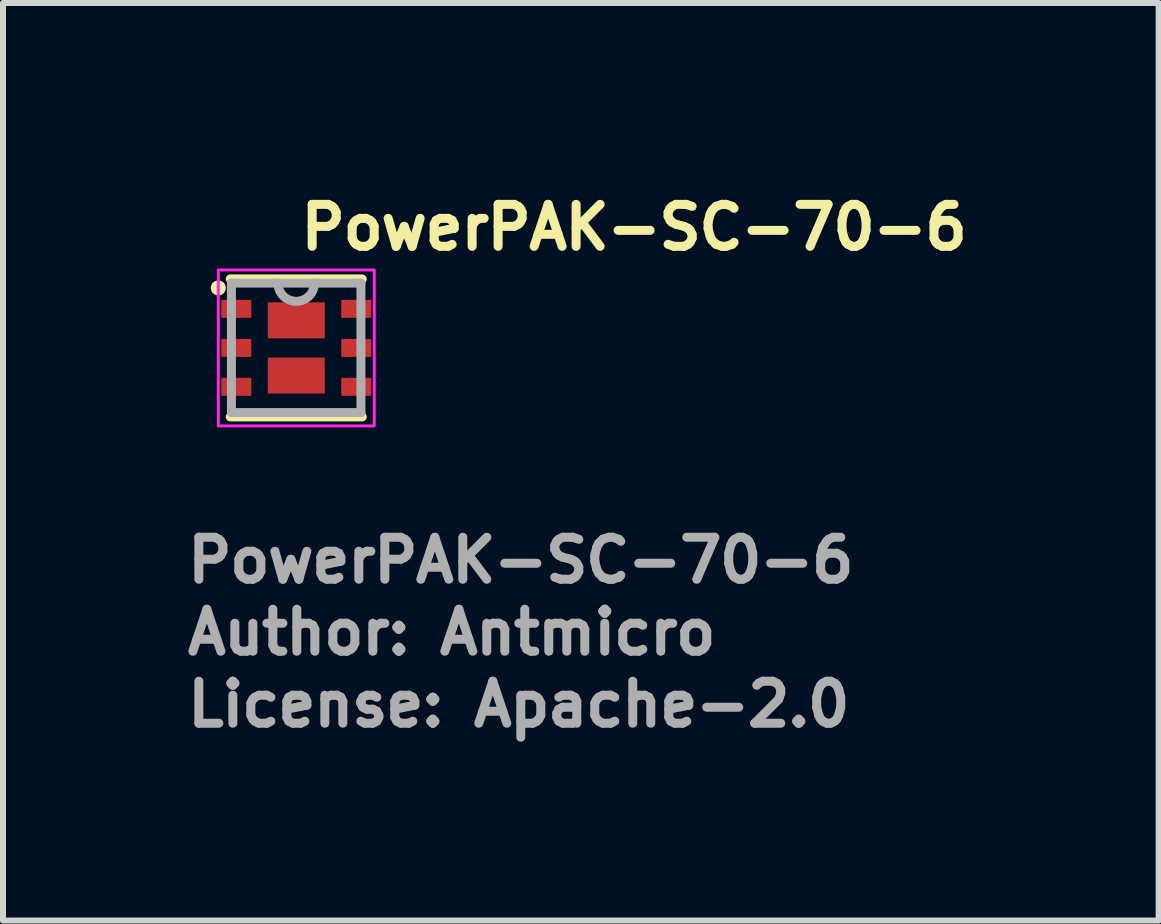
<source format=kicad_pcb>
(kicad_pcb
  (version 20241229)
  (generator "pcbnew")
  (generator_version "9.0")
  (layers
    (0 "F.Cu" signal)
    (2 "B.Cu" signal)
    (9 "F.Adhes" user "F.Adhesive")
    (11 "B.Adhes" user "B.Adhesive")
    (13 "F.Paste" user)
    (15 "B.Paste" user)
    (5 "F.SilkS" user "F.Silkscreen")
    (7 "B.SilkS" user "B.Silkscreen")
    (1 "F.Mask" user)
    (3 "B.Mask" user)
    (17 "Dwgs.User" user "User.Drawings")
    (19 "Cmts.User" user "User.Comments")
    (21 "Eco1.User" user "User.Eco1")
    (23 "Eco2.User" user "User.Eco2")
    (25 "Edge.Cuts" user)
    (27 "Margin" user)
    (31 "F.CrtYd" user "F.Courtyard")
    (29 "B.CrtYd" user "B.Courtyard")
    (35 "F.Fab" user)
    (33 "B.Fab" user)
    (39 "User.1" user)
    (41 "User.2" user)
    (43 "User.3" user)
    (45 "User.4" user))
  (footprint "PowerPAK-SC-70-6"
    (layer "F.Cu")
    (at 1.889 2.75)
    (property "Reference" "PowerPAK-SC-70-6" (at 0 -1.6 0) (layer "F.SilkS") (effects (font (size 0.7 0.7) (thickness 0.15)) (justify left bottom)))
    (attr smd)
    (fp_line (start -1.1 1.15) (end 1.1 1.15) (stroke (width 0.15) (type solid)) (layer "F.SilkS"))
    (fp_line (start 1.1 -1.15) (end -1.1 -1.15) (stroke (width 0.15) (type solid)) (layer "F.SilkS"))
    (fp_circle (center -1.3 -1) (end -1.25 -1) (stroke (width 0.15) (type solid)) (fill yes) (layer "F.SilkS"))
    (fp_rect (start -1.3 -1.3) (end 1.3 1.3) (stroke (width 0.05) (type solid)) (fill no) (layer "F.CrtYd"))
    (fp_line (start -1.081 -1.081) (end -1.081 1.078) (stroke (width 0.15) (type solid)) (layer "F.Fab"))
    (fp_line (start -1.081 1.078) (end 1.078 1.078) (stroke (width 0.15) (type solid)) (layer "F.Fab"))
    (fp_line (start 1.078 -1.081) (end -1.081 -1.081) (stroke (width 0.15) (type solid)) (layer "F.Fab"))
    (fp_line (start 1.078 1.078) (end 1.078 -1.081) (stroke (width 0.15) (type solid)) (layer "F.Fab"))
    (fp_arc (start 0.303 -1.081) (mid 0 -0.776) (end -0.305 -1.081) (stroke (width 0.15) (type solid)) (layer "F.Fab"))
    (fp_rect (start 1.034 1) (end -1.034 -1.049) (stroke (width 0.1) (type solid)) (fill no) (layer "User.5"))
    (fp_line (start -1.034 -0.834) (end -1.034 -0.514) (stroke (width 0.02) (type solid)) (layer "User.9"))
    (fp_line (start -1.034 -0.514) (end -1.024 -0.514) (stroke (width 0.02) (type solid)) (layer "User.9"))
    (fp_line (start -1.034 -0.183) (end -1.034 0.135) (stroke (width 0.02) (type solid)) (layer "User.9"))
    (fp_line (start -1.034 0.135) (end -1.024 0.135) (stroke (width 0.02) (type solid)) (layer "User.9"))
    (fp_line (start -1.034 0.466) (end -1.034 0.786) (stroke (width 0.02) (type solid)) (layer "User.9"))
    (fp_line (start -1.034 0.786) (end -1.024 0.786) (stroke (width 0.02) (type solid)) (layer "User.9"))
    (fp_line (start -1.024 -1.049) (end -1.024 1) (stroke (width 0.02) (type solid)) (layer "User.9"))
    (fp_line (start -1.024 -0.834) (end -1.034 -0.834) (stroke (width 0.02) (type solid)) (layer "User.9"))
    (fp_line (start -1.024 -0.183) (end -1.034 -0.183) (stroke (width 0.02) (type solid)) (layer "User.9"))
    (fp_line (start -1.024 0.466) (end -1.034 0.466) (stroke (width 0.02) (type solid)) (layer "User.9"))
    (fp_line (start -1.024 1) (end 1.024 1) (stroke (width 0.02) (type solid)) (layer "User.9"))
    (fp_line (start -0.826 -0.74) (end -0.826 -0.74) (stroke (width 0.02) (type solid)) (layer "User.9"))
    (fp_line (start -0.826 -0.74) (end -0.826 -0.74) (stroke (width 0.02) (type solid)) (layer "User.9"))
    (fp_line (start -0.826 -0.74) (end -0.825 -0.735) (stroke (width 0.02) (type solid)) (layer "User.9"))
    (fp_line (start -0.825 -0.751) (end -0.825 -0.745) (stroke (width 0.02) (type solid)) (layer "User.9"))
    (fp_line (start -0.825 -0.745) (end -0.826 -0.74) (stroke (width 0.02) (type solid)) (layer "User.9"))
    (fp_line (start -0.825 -0.735) (end -0.825 -0.729) (stroke (width 0.02) (type solid)) (layer "User.9"))
    (fp_line (start -0.825 -0.729) (end -0.824 -0.725) (stroke (width 0.02) (type solid)) (layer "User.9"))
    (fp_line (start -0.824 -0.756) (end -0.825 -0.751) (stroke (width 0.02) (type solid)) (layer "User.9"))
    (fp_line (start -0.824 -0.725) (end -0.823 -0.72) (stroke (width 0.02) (type solid)) (layer "User.9"))
    (fp_line (start -0.823 -0.761) (end -0.824 -0.756) (stroke (width 0.02) (type solid)) (layer "User.9"))
    (fp_line (start -0.823 -0.72) (end -0.822 -0.715) (stroke (width 0.02) (type solid)) (layer "User.9"))
    (fp_line (start -0.822 -0.766) (end -0.823 -0.761) (stroke (width 0.02) (type solid)) (layer "User.9"))
    (fp_line (start -0.822 -0.715) (end -0.821 -0.71) (stroke (width 0.02) (type solid)) (layer "User.9"))
    (fp_line (start -0.821 -0.771) (end -0.822 -0.766) (stroke (width 0.02) (type solid)) (layer "User.9"))
    (fp_line (start -0.821 -0.71) (end -0.819 -0.705) (stroke (width 0.02) (type solid)) (layer "User.9"))
    (fp_line (start -0.819 -0.776) (end -0.821 -0.771) (stroke (width 0.02) (type solid)) (layer "User.9"))
    (fp_line (start -0.819 -0.705) (end -0.817 -0.701) (stroke (width 0.02) (type solid)) (layer "User.9"))
    (fp_line (start -0.817 -0.78) (end -0.819 -0.776) (stroke (width 0.02) (type solid)) (layer "User.9"))
    (fp_line (start -0.817 -0.701) (end -0.815 -0.696) (stroke (width 0.02) (type solid)) (layer "User.9"))
    (fp_line (start -0.815 -0.785) (end -0.817 -0.78) (stroke (width 0.02) (type solid)) (layer "User.9"))
    (fp_line (start -0.815 -0.696) (end -0.812 -0.692) (stroke (width 0.02) (type solid)) (layer "User.9"))
    (fp_line (start -0.812 -0.789) (end -0.815 -0.785) (stroke (width 0.02) (type solid)) (layer "User.9"))
    (fp_line (start -0.812 -0.692) (end -0.81 -0.687) (stroke (width 0.02) (type solid)) (layer "User.9"))
    (fp_line (start -0.81 -0.795) (end -0.812 -0.789) (stroke (width 0.02) (type solid)) (layer "User.9"))
    (fp_line (start -0.81 -0.687) (end -0.807 -0.683) (stroke (width 0.02) (type solid)) (layer "User.9"))
    (fp_line (start -0.807 -0.799) (end -0.81 -0.795) (stroke (width 0.02) (type solid)) (layer "User.9"))
    (fp_line (start -0.807 -0.683) (end -0.804 -0.679) (stroke (width 0.02) (type solid)) (layer "User.9"))
    (fp_line (start -0.804 -0.803) (end -0.807 -0.799) (stroke (width 0.02) (type solid)) (layer "User.9"))
    (fp_line (start -0.804 -0.679) (end -0.801 -0.675) (stroke (width 0.02) (type solid)) (layer "User.9"))
    (fp_line (start -0.801 -0.807) (end -0.804 -0.803) (stroke (width 0.02) (type solid)) (layer "User.9"))
    (fp_line (start -0.801 -0.675) (end -0.798 -0.671) (stroke (width 0.02) (type solid)) (layer "User.9"))
    (fp_line (start -0.798 -0.811) (end -0.801 -0.807) (stroke (width 0.02) (type solid)) (layer "User.9"))
    (fp_line (start -0.798 -0.671) (end -0.794 -0.668) (stroke (width 0.02) (type solid)) (layer "User.9"))
    (fp_line (start -0.794 -0.814) (end -0.798 -0.811) (stroke (width 0.02) (type solid)) (layer "User.9"))
    (fp_line (start -0.794 -0.668) (end -0.791 -0.663) (stroke (width 0.02) (type solid)) (layer "User.9"))
    (fp_line (start -0.791 -0.818) (end -0.794 -0.814) (stroke (width 0.02) (type solid)) (layer "User.9"))
    (fp_line (start -0.791 -0.663) (end -0.787 -0.66) (stroke (width 0.02) (type solid)) (layer "User.9"))
    (fp_line (start -0.787 -0.821) (end -0.791 -0.818) (stroke (width 0.02) (type solid)) (layer "User.9"))
    (fp_line (start -0.787 -0.66) (end -0.783 -0.657) (stroke (width 0.02) (type solid)) (layer "User.9"))
    (fp_line (start -0.783 -0.824) (end -0.787 -0.821) (stroke (width 0.02) (type solid)) (layer "User.9"))
    (fp_line (start -0.783 -0.657) (end -0.779 -0.654) (stroke (width 0.02) (type solid)) (layer "User.9"))
    (fp_line (start -0.779 -0.827) (end -0.783 -0.824) (stroke (width 0.02) (type solid)) (layer "User.9"))
    (fp_line (start -0.779 -0.654) (end -0.775 -0.652) (stroke (width 0.02) (type solid)) (layer "User.9"))
    (fp_line (start -0.775 -0.83) (end -0.779 -0.827) (stroke (width 0.02) (type solid)) (layer "User.9"))
    (fp_line (start -0.775 -0.652) (end -0.77 -0.649) (stroke (width 0.02) (type solid)) (layer "User.9"))
    (fp_line (start -0.77 -0.832) (end -0.775 -0.83) (stroke (width 0.02) (type solid)) (layer "User.9"))
    (fp_line (start -0.77 -0.649) (end -0.765 -0.647) (stroke (width 0.02) (type solid)) (layer "User.9"))
    (fp_line (start -0.765 -0.834) (end -0.77 -0.832) (stroke (width 0.02) (type solid)) (layer "User.9"))
    (fp_line (start -0.765 -0.647) (end -0.76 -0.645) (stroke (width 0.02) (type solid)) (layer "User.9"))
    (fp_line (start -0.76 -0.836) (end -0.765 -0.834) (stroke (width 0.02) (type solid)) (layer "User.9"))
    (fp_line (start -0.76 -0.645) (end -0.756 -0.643) (stroke (width 0.02) (type solid)) (layer "User.9"))
    (fp_line (start -0.756 -0.838) (end -0.76 -0.836) (stroke (width 0.02) (type solid)) (layer "User.9"))
    (fp_line (start -0.756 -0.643) (end -0.751 -0.641) (stroke (width 0.02) (type solid)) (layer "User.9"))
    (fp_line (start -0.751 -0.84) (end -0.756 -0.838) (stroke (width 0.02) (type solid)) (layer "User.9"))
    (fp_line (start -0.751 -0.641) (end -0.747 -0.64) (stroke (width 0.02) (type solid)) (layer "User.9"))
    (fp_line (start -0.747 -0.841) (end -0.751 -0.84) (stroke (width 0.02) (type solid)) (layer "User.9"))
    (fp_line (start -0.747 -0.64) (end -0.742 -0.639) (stroke (width 0.02) (type solid)) (layer "User.9"))
    (fp_line (start -0.742 -0.842) (end -0.747 -0.841) (stroke (width 0.02) (type solid)) (layer "User.9"))
    (fp_line (start -0.742 -0.639) (end -0.737 -0.638) (stroke (width 0.02) (type solid)) (layer "User.9"))
    (fp_line (start -0.737 -0.843) (end -0.742 -0.842) (stroke (width 0.02) (type solid)) (layer "User.9"))
    (fp_line (start -0.737 -0.638) (end -0.732 -0.637) (stroke (width 0.02) (type solid)) (layer "User.9"))
    (fp_line (start -0.732 -0.844) (end -0.737 -0.843) (stroke (width 0.02) (type solid)) (layer "User.9"))
    (fp_line (start -0.732 -0.637) (end -0.726 -0.637) (stroke (width 0.02) (type solid)) (layer "User.9"))
    (fp_line (start -0.726 -0.844) (end -0.732 -0.844) (stroke (width 0.02) (type solid)) (layer "User.9"))
    (fp_line (start -0.726 -0.637) (end -0.721 -0.637) (stroke (width 0.02) (type solid)) (layer "User.9"))
    (fp_line (start -0.721 -0.845) (end -0.726 -0.844) (stroke (width 0.02) (type solid)) (layer "User.9"))
    (fp_line (start -0.721 -0.845) (end -0.721 -0.845) (stroke (width 0.02) (type solid)) (layer "User.9"))
    (fp_line (start -0.721 -0.637) (end -0.721 -0.637) (stroke (width 0.02) (type solid)) (layer "User.9"))
    (fp_line (start -0.721 -0.637) (end -0.716 -0.637) (stroke (width 0.02) (type solid)) (layer "User.9"))
    (fp_line (start -0.716 -0.844) (end -0.721 -0.845) (stroke (width 0.02) (type solid)) (layer "User.9"))
    (fp_line (start -0.716 -0.637) (end -0.71 -0.637) (stroke (width 0.02) (type solid)) (layer "User.9"))
    (fp_line (start -0.71 -0.844) (end -0.716 -0.844) (stroke (width 0.02) (type solid)) (layer "User.9"))
    (fp_line (start -0.71 -0.637) (end -0.705 -0.638) (stroke (width 0.02) (type solid)) (layer "User.9"))
    (fp_line (start -0.705 -0.843) (end -0.71 -0.844) (stroke (width 0.02) (type solid)) (layer "User.9"))
    (fp_line (start -0.705 -0.638) (end -0.701 -0.639) (stroke (width 0.02) (type solid)) (layer "User.9"))
    (fp_line (start -0.701 -0.842) (end -0.705 -0.843) (stroke (width 0.02) (type solid)) (layer "User.9"))
    (fp_line (start -0.701 -0.639) (end -0.696 -0.64) (stroke (width 0.02) (type solid)) (layer "User.9"))
    (fp_line (start -0.696 -0.841) (end -0.701 -0.842) (stroke (width 0.02) (type solid)) (layer "User.9"))
    (fp_line (start -0.696 -0.64) (end -0.691 -0.641) (stroke (width 0.02) (type solid)) (layer "User.9"))
    (fp_line (start -0.691 -0.84) (end -0.696 -0.841) (stroke (width 0.02) (type solid)) (layer "User.9"))
    (fp_line (start -0.691 -0.641) (end -0.685 -0.643) (stroke (width 0.02) (type solid)) (layer "User.9"))
    (fp_line (start -0.685 -0.838) (end -0.691 -0.84) (stroke (width 0.02) (type solid)) (layer "User.9"))
    (fp_line (start -0.685 -0.643) (end -0.681 -0.645) (stroke (width 0.02) (type solid)) (layer "User.9"))
    (fp_line (start -0.681 -0.836) (end -0.685 -0.838) (stroke (width 0.02) (type solid)) (layer "User.9"))
    (fp_line (start -0.681 -0.645) (end -0.676 -0.647) (stroke (width 0.02) (type solid)) (layer "User.9"))
    (fp_line (start -0.676 -0.834) (end -0.681 -0.836) (stroke (width 0.02) (type solid)) (layer "User.9"))
    (fp_line (start -0.676 -0.647) (end -0.672 -0.649) (stroke (width 0.02) (type solid)) (layer "User.9"))
    (fp_line (start -0.672 -0.832) (end -0.676 -0.834) (stroke (width 0.02) (type solid)) (layer "User.9"))
    (fp_line (start -0.672 -0.649) (end -0.667 -0.652) (stroke (width 0.02) (type solid)) (layer "User.9"))
    (fp_line (start -0.667 -0.83) (end -0.672 -0.832) (stroke (width 0.02) (type solid)) (layer "User.9"))
    (fp_line (start -0.667 -0.652) (end -0.663 -0.654) (stroke (width 0.02) (type solid)) (layer "User.9"))
    (fp_line (start -0.663 -0.827) (end -0.667 -0.83) (stroke (width 0.02) (type solid)) (layer "User.9"))
    (fp_line (start -0.663 -0.654) (end -0.659 -0.657) (stroke (width 0.02) (type solid)) (layer "User.9"))
    (fp_line (start -0.659 -0.824) (end -0.663 -0.827) (stroke (width 0.02) (type solid)) (layer "User.9"))
    (fp_line (start -0.659 -0.657) (end -0.655 -0.66) (stroke (width 0.02) (type solid)) (layer "User.9"))
    (fp_line (start -0.655 -0.821) (end -0.659 -0.824) (stroke (width 0.02) (type solid)) (layer "User.9"))
    (fp_line (start -0.655 -0.66) (end -0.651 -0.663) (stroke (width 0.02) (type solid)) (layer "User.9"))
    (fp_line (start -0.651 -0.818) (end -0.655 -0.821) (stroke (width 0.02) (type solid)) (layer "User.9"))
    (fp_line (start -0.651 -0.663) (end -0.648 -0.668) (stroke (width 0.02) (type solid)) (layer "User.9"))
    (fp_line (start -0.648 -0.814) (end -0.651 -0.818) (stroke (width 0.02) (type solid)) (layer "User.9"))
    (fp_line (start -0.648 -0.668) (end -0.644 -0.671) (stroke (width 0.02) (type solid)) (layer "User.9"))
    (fp_line (start -0.644 -0.811) (end -0.648 -0.814) (stroke (width 0.02) (type solid)) (layer "User.9"))
    (fp_line (start -0.644 -0.671) (end -0.641 -0.675) (stroke (width 0.02) (type solid)) (layer "User.9"))
    (fp_line (start -0.641 -0.807) (end -0.644 -0.811) (stroke (width 0.02) (type solid)) (layer "User.9"))
    (fp_line (start -0.641 -0.675) (end -0.637 -0.679) (stroke (width 0.02) (type solid)) (layer "User.9"))
    (fp_line (start -0.637 -0.803) (end -0.641 -0.807) (stroke (width 0.02) (type solid)) (layer "User.9"))
    (fp_line (start -0.637 -0.679) (end -0.634 -0.683) (stroke (width 0.02) (type solid)) (layer "User.9"))
    (fp_line (start -0.634 -0.799) (end -0.637 -0.803) (stroke (width 0.02) (type solid)) (layer "User.9"))
    (fp_line (start -0.634 -0.683) (end -0.632 -0.687) (stroke (width 0.02) (type solid)) (layer "User.9"))
    (fp_line (start -0.632 -0.795) (end -0.634 -0.799) (stroke (width 0.02) (type solid)) (layer "User.9"))
    (fp_line (start -0.632 -0.687) (end -0.629 -0.692) (stroke (width 0.02) (type solid)) (layer "User.9"))
    (fp_line (start -0.629 -0.789) (end -0.632 -0.795) (stroke (width 0.02) (type solid)) (layer "User.9"))
    (fp_line (start -0.629 -0.692) (end -0.627 -0.696) (stroke (width 0.02) (type solid)) (layer "User.9"))
    (fp_line (start -0.627 -0.785) (end -0.629 -0.789) (stroke (width 0.02) (type solid)) (layer "User.9"))
    (fp_line (start -0.627 -0.696) (end -0.625 -0.701) (stroke (width 0.02) (type solid)) (layer "User.9"))
    (fp_line (start -0.625 -0.78) (end -0.627 -0.785) (stroke (width 0.02) (type solid)) (layer "User.9"))
    (fp_line (start -0.625 -0.701) (end -0.624 -0.705) (stroke (width 0.02) (type solid)) (layer "User.9"))
    (fp_line (start -0.624 -0.776) (end -0.625 -0.78) (stroke (width 0.02) (type solid)) (layer "User.9"))
    (fp_line (start -0.624 -0.705) (end -0.622 -0.71) (stroke (width 0.02) (type solid)) (layer "User.9"))
    (fp_line (start -0.622 -0.771) (end -0.624 -0.776) (stroke (width 0.02) (type solid)) (layer "User.9"))
    (fp_line (start -0.622 -0.71) (end -0.621 -0.715) (stroke (width 0.02) (type solid)) (layer "User.9"))
    (fp_line (start -0.621 -0.766) (end -0.622 -0.771) (stroke (width 0.02) (type solid)) (layer "User.9"))
    (fp_line (start -0.621 -0.715) (end -0.62 -0.72) (stroke (width 0.02) (type solid)) (layer "User.9"))
    (fp_line (start -0.62 -0.761) (end -0.621 -0.766) (stroke (width 0.02) (type solid)) (layer "User.9"))
    (fp_line (start -0.62 -0.72) (end -0.619 -0.725) (stroke (width 0.02) (type solid)) (layer "User.9"))
    (fp_line (start -0.619 -0.756) (end -0.62 -0.761) (stroke (width 0.02) (type solid)) (layer "User.9"))
    (fp_line (start -0.619 -0.725) (end -0.618 -0.729) (stroke (width 0.02) (type solid)) (layer "User.9"))
    (fp_line (start -0.618 -0.751) (end -0.619 -0.756) (stroke (width 0.02) (type solid)) (layer "User.9"))
    (fp_line (start -0.618 -0.745) (end -0.618 -0.751) (stroke (width 0.02) (type solid)) (layer "User.9"))
    (fp_line (start -0.618 -0.74) (end -0.618 -0.745) (stroke (width 0.02) (type solid)) (layer "User.9"))
    (fp_line (start -0.618 -0.74) (end -0.618 -0.74) (stroke (width 0.02) (type solid)) (layer "User.9"))
    (fp_line (start -0.618 -0.735) (end -0.618 -0.74) (stroke (width 0.02) (type solid)) (layer "User.9"))
    (fp_line (start -0.618 -0.729) (end -0.618 -0.735) (stroke (width 0.02) (type solid)) (layer "User.9"))
    (fp_line (start 1.024 -1.049) (end -1.024 -1.049) (stroke (width 0.02) (type solid)) (layer "User.9"))
    (fp_line (start 1.024 -0.834) (end 1.034 -0.834) (stroke (width 0.02) (type solid)) (layer "User.9"))
    (fp_line (start 1.024 -0.183) (end 1.034 -0.183) (stroke (width 0.02) (type solid)) (layer "User.9"))
    (fp_line (start 1.024 0.466) (end 1.034 0.466) (stroke (width 0.02) (type solid)) (layer "User.9"))
    (fp_line (start 1.024 1) (end 1.024 -1.049) (stroke (width 0.02) (type solid)) (layer "User.9"))
    (fp_line (start 1.034 -0.834) (end 1.034 -0.514) (stroke (width 0.02) (type solid)) (layer "User.9"))
    (fp_line (start 1.034 -0.514) (end 1.024 -0.514) (stroke (width 0.02) (type solid)) (layer "User.9"))
    (fp_line (start 1.034 -0.183) (end 1.034 0.135) (stroke (width 0.02) (type solid)) (layer "User.9"))
    (fp_line (start 1.034 0.135) (end 1.024 0.135) (stroke (width 0.02) (type solid)) (layer "User.9"))
    (fp_line (start 1.034 0.466) (end 1.034 0.786) (stroke (width 0.02) (type solid)) (layer "User.9"))
    (fp_line (start 1.034 0.786) (end 1.024 0.786) (stroke (width 0.02) (type solid)) (layer "User.9"))
    (fp_text user "Author: Antmicro" (at -1.889 5.15 0) (layer "F.Fab") (effects (font (size 0.7 0.7) (thickness 0.15)) (justify left bottom)))
    (fp_text user "${REFERENCE}" (at -1.889 3.95 0) (layer "F.Fab") (effects (font (size 0.7 0.7) (thickness 0.15)) (justify left bottom)))
    (fp_text user "License: Apache-2.0" (at -1.889 6.35 0) (layer "F.Fab") (effects (font (size 0.7 0.7) (thickness 0.15)) (justify left bottom)))
    (pad "1" smd custom (at -1 -0.651) (size 0.5 0.3) (layers "F.Cu" "F.Mask" "F.Paste") (options (anchor rect)) (primitives))
    (pad "2" smd rect (at -1 0) (size 0.5 0.3) (layers "F.Cu" "F.Mask" "F.Paste"))
    (pad "3" smd rect (at -1 0.649) (size 0.5 0.3) (layers "F.Cu" "F.Mask" "F.Paste"))
    (pad "3" smd rect (at 0 0.46) (size 0.95 0.6) (layers "F.Cu" "F.Mask" "F.Paste"))
    (pad "4" smd rect (at 1 0.649) (size 0.5 0.3) (layers "F.Cu" "F.Mask" "F.Paste"))
    (pad "5" smd rect (at 1 0) (size 0.5 0.3) (layers "F.Cu" "F.Mask" "F.Paste"))
    (pad "6" smd rect (at 0 -0.46) (size 0.95 0.6) (layers "F.Cu" "F.Mask" "F.Paste"))
    (pad "6" smd rect (at 1 -0.651) (size 0.5 0.3) (layers "F.Cu" "F.Mask" "F.Paste")))
  (gr_rect
    (start -3 -3)
    (end 16.266 12.296)
    (stroke (width 0.1) (type default))
    (fill no)
    (layer "Edge.Cuts")))
</source>
